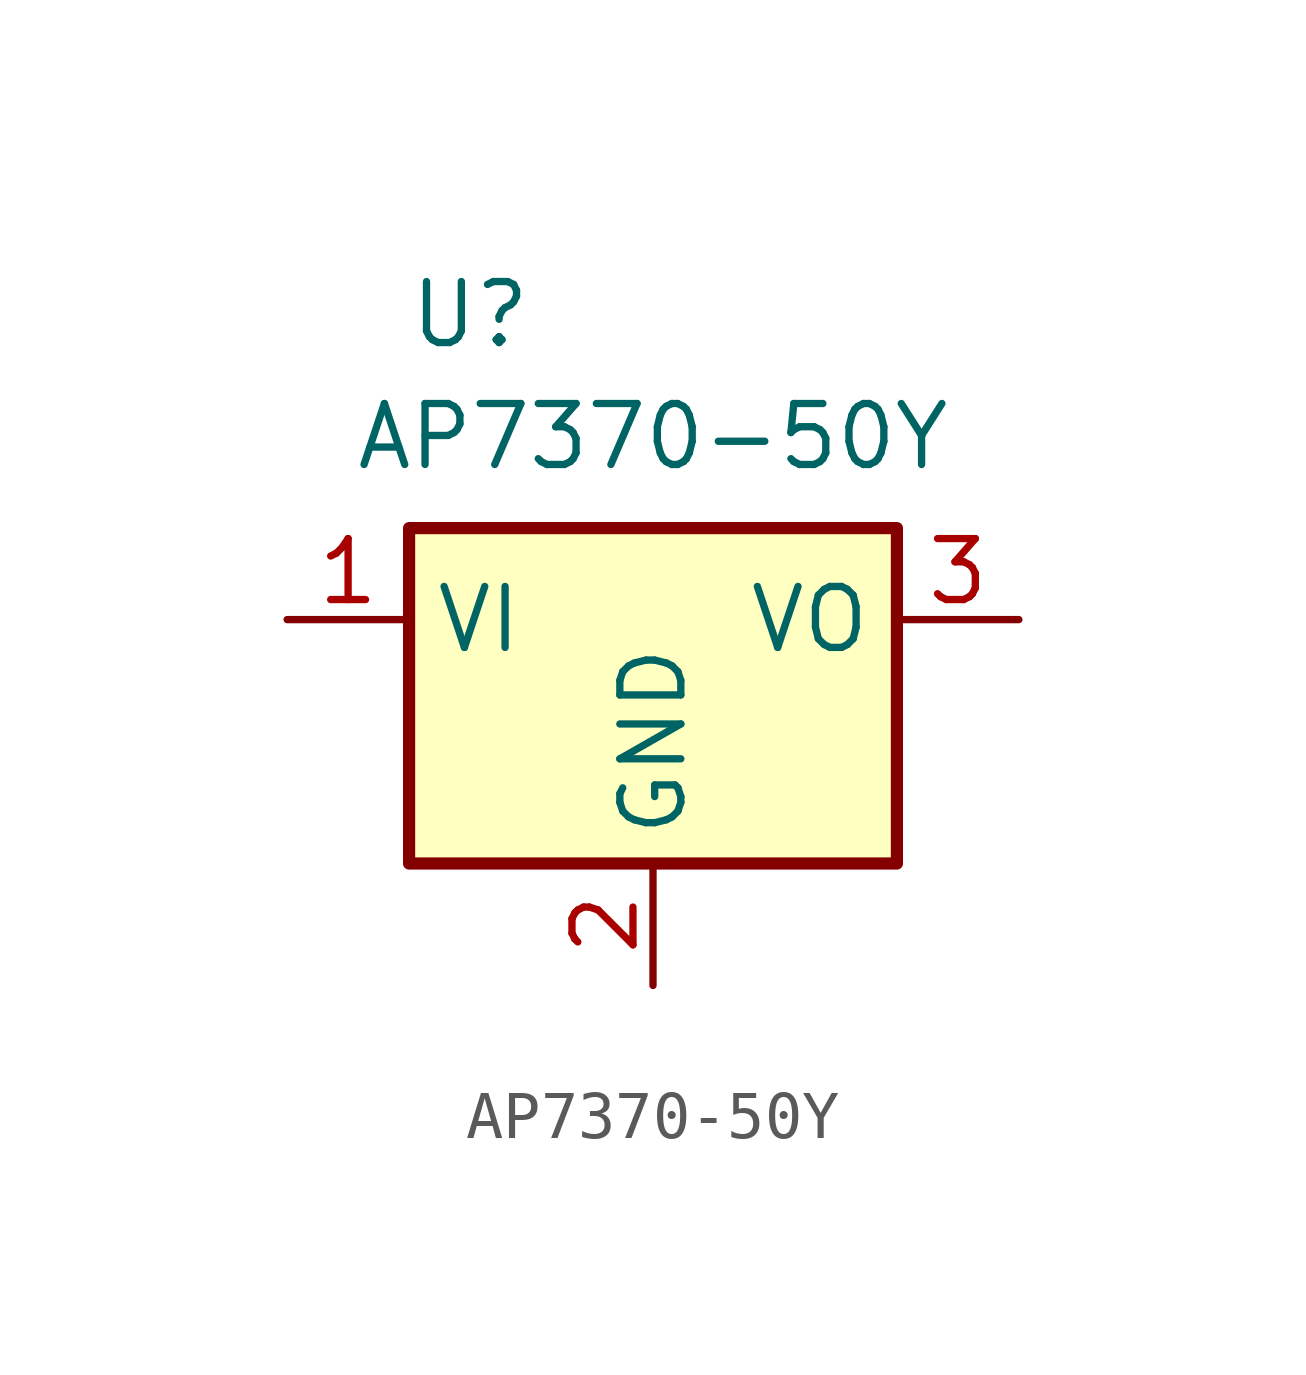
<source format=kicad_sym>
(kicad_symbol_lib
  (version 20220914)
  (generator kicad_symbol_editor)
  (symbol "AP7370-50Y"
    (property "Reference" "U"
      (at -3.81 6.35 0)
      (effects (font (size 1.27 1.27))))
    (property "Value" "AP7370-50Y"
      (at 0 3.81 0)
      (effects (font (size 1.27 1.27))))
    (symbol "AP7370-50Y_0_1"
      (rectangle (start -5.08 1.905) (end 5.08 -5.08) (stroke (width 0.254) (type default)) (fill (type background))))
    (symbol "AP7370-50Y_1_1"
      (pin power_in line (at -7.62 0 0) (length 2.54) (name "VI" (effects (font (size 1.27 1.27)))) (number "1" (effects (font (size 1.27 1.27)))))
      (pin power_in line (at 0 -7.62 90) (length 2.54) (name "GND" (effects (font (size 1.27 1.27)))) (number "2" (effects (font (size 1.27 1.27)))))
      (pin power_out line (at 7.62 0 180) (length 2.54) (name "VO" (effects (font (size 1.27 1.27)))) (number "3" (effects (font (size 1.27 1.27))))))))
</source>
